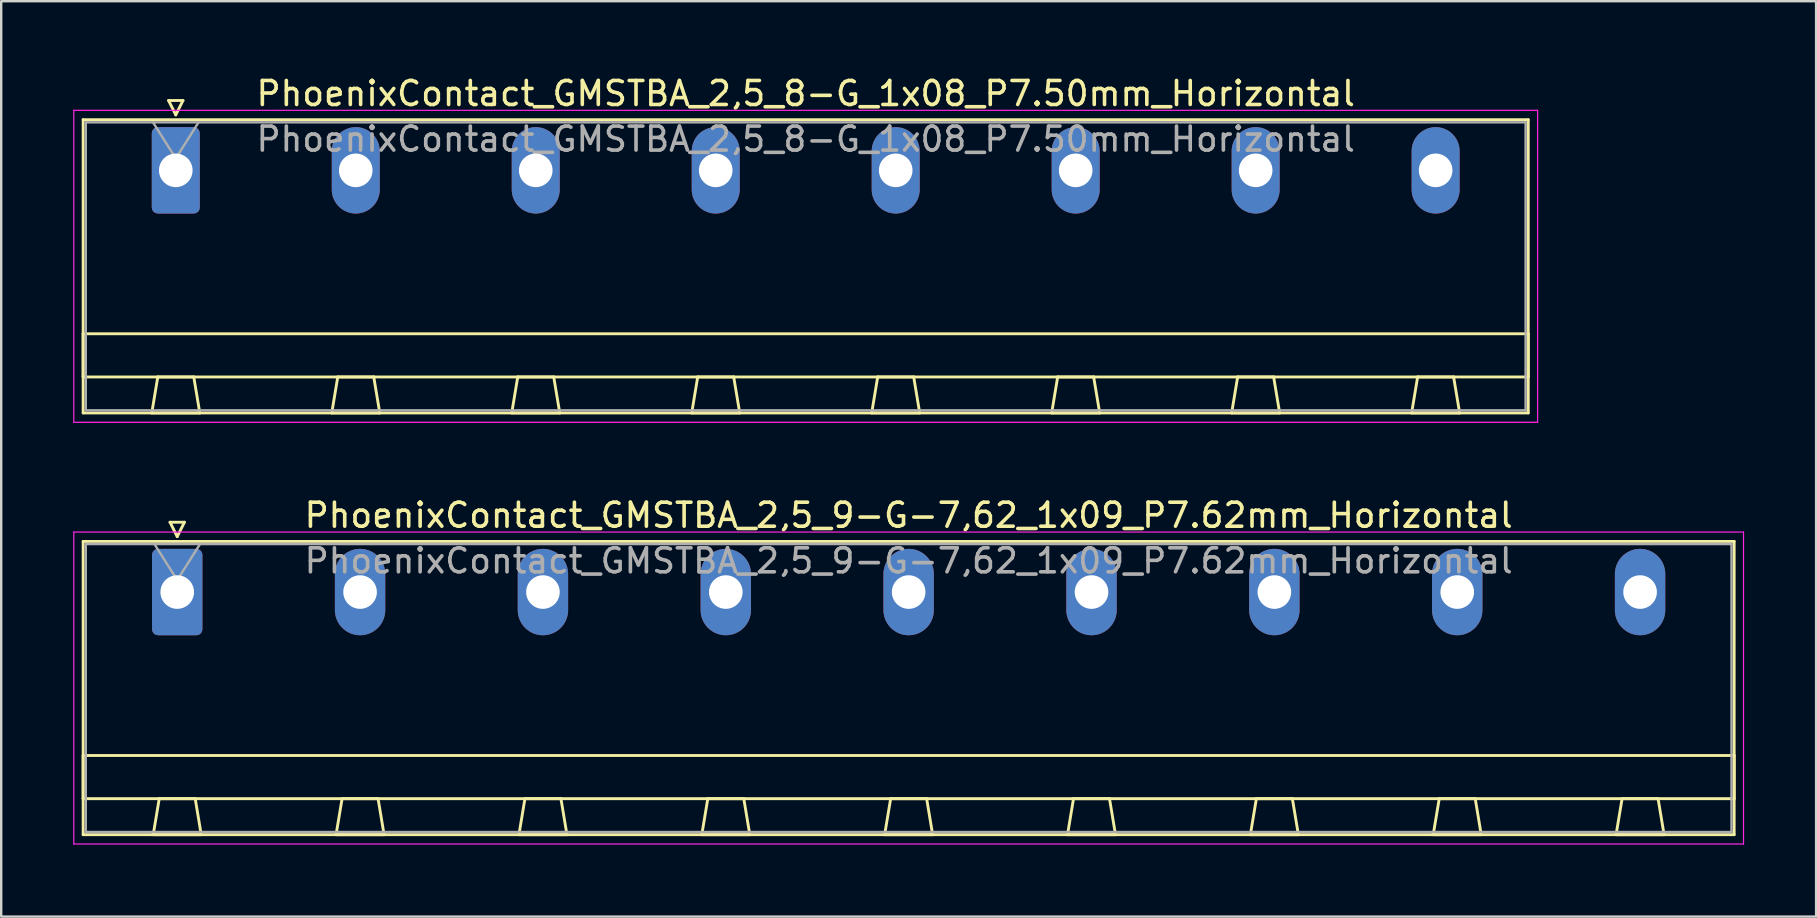
<source format=kicad_pcb>
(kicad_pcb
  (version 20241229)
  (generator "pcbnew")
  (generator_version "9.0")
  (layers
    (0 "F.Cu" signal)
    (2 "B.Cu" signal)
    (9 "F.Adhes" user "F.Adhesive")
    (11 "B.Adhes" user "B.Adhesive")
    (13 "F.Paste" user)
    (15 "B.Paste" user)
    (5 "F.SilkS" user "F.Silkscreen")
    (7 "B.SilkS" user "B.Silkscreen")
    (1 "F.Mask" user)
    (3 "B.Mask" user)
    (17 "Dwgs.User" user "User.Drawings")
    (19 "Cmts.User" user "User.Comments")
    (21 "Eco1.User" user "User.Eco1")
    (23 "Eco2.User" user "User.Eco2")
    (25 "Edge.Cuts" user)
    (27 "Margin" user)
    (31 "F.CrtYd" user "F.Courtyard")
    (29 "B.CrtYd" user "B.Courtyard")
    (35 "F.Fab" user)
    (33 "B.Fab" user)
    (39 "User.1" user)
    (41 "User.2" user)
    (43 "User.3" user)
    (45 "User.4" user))
  (footprint "PhoenixContact_GMSTBA_2,5_8-G_1x08_P7.50mm_Horizontal"
    (layer "F.Cu")
    (at 4.275 4.048)
    (property "Reference" "PhoenixContact_GMSTBA_2,5_8-G_1x08_P7.50mm_Horizontal" (at 26.25 -3.2 0) (layer "F.SilkS") (effects (font (size 1 1) (thickness 0.15))))
    (attr through_hole)
    (fp_line (start -3.86 -2.11) (end -3.86 10.11) (stroke (width 0.12) (type solid)) (layer "F.SilkS"))
    (fp_line (start -3.86 6.81) (end 56.36 6.81) (stroke (width 0.12) (type solid)) (layer "F.SilkS"))
    (fp_line (start -3.86 8.61) (end -3.86 6.81) (stroke (width 0.12) (type solid)) (layer "F.SilkS"))
    (fp_line (start -3.86 10.11) (end 56.36 10.11) (stroke (width 0.12) (type solid)) (layer "F.SilkS"))
    (fp_line (start -1 10.11) (end 1 10.11) (stroke (width 0.12) (type solid)) (layer "F.SilkS"))
    (fp_line (start -0.75 8.61) (end -1 10.11) (stroke (width 0.12) (type solid)) (layer "F.SilkS"))
    (fp_line (start -0.3 -2.91) (end 0.3 -2.91) (stroke (width 0.12) (type solid)) (layer "F.SilkS"))
    (fp_line (start 0 -2.31) (end -0.3 -2.91) (stroke (width 0.12) (type solid)) (layer "F.SilkS"))
    (fp_line (start 0.3 -2.91) (end 0 -2.31) (stroke (width 0.12) (type solid)) (layer "F.SilkS"))
    (fp_line (start 0.75 8.61) (end -0.75 8.61) (stroke (width 0.12) (type solid)) (layer "F.SilkS"))
    (fp_line (start 1 10.11) (end 0.75 8.61) (stroke (width 0.12) (type solid)) (layer "F.SilkS"))
    (fp_line (start 6.5 10.11) (end 8.5 10.11) (stroke (width 0.12) (type solid)) (layer "F.SilkS"))
    (fp_line (start 6.75 8.61) (end 6.5 10.11) (stroke (width 0.12) (type solid)) (layer "F.SilkS"))
    (fp_line (start 8.25 8.61) (end 6.75 8.61) (stroke (width 0.12) (type solid)) (layer "F.SilkS"))
    (fp_line (start 8.5 10.11) (end 8.25 8.61) (stroke (width 0.12) (type solid)) (layer "F.SilkS"))
    (fp_line (start 14 10.11) (end 16 10.11) (stroke (width 0.12) (type solid)) (layer "F.SilkS"))
    (fp_line (start 14.25 8.61) (end 14 10.11) (stroke (width 0.12) (type solid)) (layer "F.SilkS"))
    (fp_line (start 15.75 8.61) (end 14.25 8.61) (stroke (width 0.12) (type solid)) (layer "F.SilkS"))
    (fp_line (start 16 10.11) (end 15.75 8.61) (stroke (width 0.12) (type solid)) (layer "F.SilkS"))
    (fp_line (start 21.5 10.11) (end 23.5 10.11) (stroke (width 0.12) (type solid)) (layer "F.SilkS"))
    (fp_line (start 21.75 8.61) (end 21.5 10.11) (stroke (width 0.12) (type solid)) (layer "F.SilkS"))
    (fp_line (start 23.25 8.61) (end 21.75 8.61) (stroke (width 0.12) (type solid)) (layer "F.SilkS"))
    (fp_line (start 23.5 10.11) (end 23.25 8.61) (stroke (width 0.12) (type solid)) (layer "F.SilkS"))
    (fp_line (start 29 10.11) (end 31 10.11) (stroke (width 0.12) (type solid)) (layer "F.SilkS"))
    (fp_line (start 29.25 8.61) (end 29 10.11) (stroke (width 0.12) (type solid)) (layer "F.SilkS"))
    (fp_line (start 30.75 8.61) (end 29.25 8.61) (stroke (width 0.12) (type solid)) (layer "F.SilkS"))
    (fp_line (start 31 10.11) (end 30.75 8.61) (stroke (width 0.12) (type solid)) (layer "F.SilkS"))
    (fp_line (start 36.5 10.11) (end 38.5 10.11) (stroke (width 0.12) (type solid)) (layer "F.SilkS"))
    (fp_line (start 36.75 8.61) (end 36.5 10.11) (stroke (width 0.12) (type solid)) (layer "F.SilkS"))
    (fp_line (start 38.25 8.61) (end 36.75 8.61) (stroke (width 0.12) (type solid)) (layer "F.SilkS"))
    (fp_line (start 38.5 10.11) (end 38.25 8.61) (stroke (width 0.12) (type solid)) (layer "F.SilkS"))
    (fp_line (start 44 10.11) (end 46 10.11) (stroke (width 0.12) (type solid)) (layer "F.SilkS"))
    (fp_line (start 44.25 8.61) (end 44 10.11) (stroke (width 0.12) (type solid)) (layer "F.SilkS"))
    (fp_line (start 45.75 8.61) (end 44.25 8.61) (stroke (width 0.12) (type solid)) (layer "F.SilkS"))
    (fp_line (start 46 10.11) (end 45.75 8.61) (stroke (width 0.12) (type solid)) (layer "F.SilkS"))
    (fp_line (start 51.5 10.11) (end 53.5 10.11) (stroke (width 0.12) (type solid)) (layer "F.SilkS"))
    (fp_line (start 51.75 8.61) (end 51.5 10.11) (stroke (width 0.12) (type solid)) (layer "F.SilkS"))
    (fp_line (start 53.25 8.61) (end 51.75 8.61) (stroke (width 0.12) (type solid)) (layer "F.SilkS"))
    (fp_line (start 53.5 10.11) (end 53.25 8.61) (stroke (width 0.12) (type solid)) (layer "F.SilkS"))
    (fp_line (start 56.36 -2.11) (end -3.86 -2.11) (stroke (width 0.12) (type solid)) (layer "F.SilkS"))
    (fp_line (start 56.36 6.81) (end 56.36 8.61) (stroke (width 0.12) (type solid)) (layer "F.SilkS"))
    (fp_line (start 56.36 8.61) (end -3.86 8.61) (stroke (width 0.12) (type solid)) (layer "F.SilkS"))
    (fp_line (start 56.36 10.11) (end 56.36 -2.11) (stroke (width 0.12) (type solid)) (layer "F.SilkS"))
    (fp_line (start -4.25 -2.5) (end -4.25 10.5) (stroke (width 0.05) (type solid)) (layer "F.CrtYd"))
    (fp_line (start -4.25 10.5) (end 56.75 10.5) (stroke (width 0.05) (type solid)) (layer "F.CrtYd"))
    (fp_line (start 56.75 -2.5) (end -4.25 -2.5) (stroke (width 0.05) (type solid)) (layer "F.CrtYd"))
    (fp_line (start 56.75 10.5) (end 56.75 -2.5) (stroke (width 0.05) (type solid)) (layer "F.CrtYd"))
    (fp_line (start -3.75 -2) (end -3.75 10) (stroke (width 0.1) (type solid)) (layer "F.Fab"))
    (fp_line (start -3.75 10) (end 56.25 10) (stroke (width 0.1) (type solid)) (layer "F.Fab"))
    (fp_line (start 0 -0.5) (end -0.95 -2) (stroke (width 0.1) (type solid)) (layer "F.Fab"))
    (fp_line (start 0.95 -2) (end 0 -0.5) (stroke (width 0.1) (type solid)) (layer "F.Fab"))
    (fp_line (start 56.25 -2) (end -3.75 -2) (stroke (width 0.1) (type solid)) (layer "F.Fab"))
    (fp_line (start 56.25 10) (end 56.25 -2) (stroke (width 0.1) (type solid)) (layer "F.Fab"))
    (fp_text user "${REFERENCE}" (at 26.25 -1.3 0) (layer "F.Fab") (effects (font (size 1 1) (thickness 0.15))))
    (pad "1" thru_hole roundrect (at 0 0) (size 2 3.6) (drill 1.4) (layers "*.Cu" "*.Mask") (roundrect_rratio 0.125))
    (pad "2" thru_hole oval (at 7.5 0) (size 2 3.6) (drill 1.4) (layers "*.Cu" "*.Mask"))
    (pad "3" thru_hole oval (at 15 0) (size 2 3.6) (drill 1.4) (layers "*.Cu" "*.Mask"))
    (pad "4" thru_hole oval (at 22.5 0) (size 2 3.6) (drill 1.4) (layers "*.Cu" "*.Mask"))
    (pad "5" thru_hole oval (at 30 0) (size 2 3.6) (drill 1.4) (layers "*.Cu" "*.Mask"))
    (pad "6" thru_hole oval (at 37.5 0) (size 2 3.6) (drill 1.4) (layers "*.Cu" "*.Mask"))
    (pad "7" thru_hole oval (at 45 0) (size 2 3.6) (drill 1.4) (layers "*.Cu" "*.Mask"))
    (pad "8" thru_hole oval (at 52.5 0) (size 2 3.6) (drill 1.4) (layers "*.Cu" "*.Mask")))
  (footprint "PhoenixContact_GMSTBA_2,5_9-G-7,62_1x09_P7.62mm_Horizontal"
    (layer "F.Cu")
    (at 4.335 21.622)
    (property "Reference" "PhoenixContact_GMSTBA_2,5_9-G-7,62_1x09_P7.62mm_Horizontal" (at 30.48 -3.2 0) (layer "F.SilkS") (effects (font (size 1 1) (thickness 0.15))))
    (attr through_hole)
    (fp_line (start -3.92 -2.11) (end -3.92 10.11) (stroke (width 0.12) (type solid)) (layer "F.SilkS"))
    (fp_line (start -3.92 6.81) (end 64.88 6.81) (stroke (width 0.12) (type solid)) (layer "F.SilkS"))
    (fp_line (start -3.92 8.61) (end -3.92 6.81) (stroke (width 0.12) (type solid)) (layer "F.SilkS"))
    (fp_line (start -3.92 10.11) (end 64.88 10.11) (stroke (width 0.12) (type solid)) (layer "F.SilkS"))
    (fp_line (start -1 10.11) (end 1 10.11) (stroke (width 0.12) (type solid)) (layer "F.SilkS"))
    (fp_line (start -0.75 8.61) (end -1 10.11) (stroke (width 0.12) (type solid)) (layer "F.SilkS"))
    (fp_line (start -0.3 -2.91) (end 0.3 -2.91) (stroke (width 0.12) (type solid)) (layer "F.SilkS"))
    (fp_line (start 0 -2.31) (end -0.3 -2.91) (stroke (width 0.12) (type solid)) (layer "F.SilkS"))
    (fp_line (start 0.3 -2.91) (end 0 -2.31) (stroke (width 0.12) (type solid)) (layer "F.SilkS"))
    (fp_line (start 0.75 8.61) (end -0.75 8.61) (stroke (width 0.12) (type solid)) (layer "F.SilkS"))
    (fp_line (start 1 10.11) (end 0.75 8.61) (stroke (width 0.12) (type solid)) (layer "F.SilkS"))
    (fp_line (start 6.62 10.11) (end 8.62 10.11) (stroke (width 0.12) (type solid)) (layer "F.SilkS"))
    (fp_line (start 6.87 8.61) (end 6.62 10.11) (stroke (width 0.12) (type solid)) (layer "F.SilkS"))
    (fp_line (start 8.37 8.61) (end 6.87 8.61) (stroke (width 0.12) (type solid)) (layer "F.SilkS"))
    (fp_line (start 8.62 10.11) (end 8.37 8.61) (stroke (width 0.12) (type solid)) (layer "F.SilkS"))
    (fp_line (start 14.24 10.11) (end 16.24 10.11) (stroke (width 0.12) (type solid)) (layer "F.SilkS"))
    (fp_line (start 14.49 8.61) (end 14.24 10.11) (stroke (width 0.12) (type solid)) (layer "F.SilkS"))
    (fp_line (start 15.99 8.61) (end 14.49 8.61) (stroke (width 0.12) (type solid)) (layer "F.SilkS"))
    (fp_line (start 16.24 10.11) (end 15.99 8.61) (stroke (width 0.12) (type solid)) (layer "F.SilkS"))
    (fp_line (start 21.86 10.11) (end 23.86 10.11) (stroke (width 0.12) (type solid)) (layer "F.SilkS"))
    (fp_line (start 22.11 8.61) (end 21.86 10.11) (stroke (width 0.12) (type solid)) (layer "F.SilkS"))
    (fp_line (start 23.61 8.61) (end 22.11 8.61) (stroke (width 0.12) (type solid)) (layer "F.SilkS"))
    (fp_line (start 23.86 10.11) (end 23.61 8.61) (stroke (width 0.12) (type solid)) (layer "F.SilkS"))
    (fp_line (start 29.48 10.11) (end 31.48 10.11) (stroke (width 0.12) (type solid)) (layer "F.SilkS"))
    (fp_line (start 29.73 8.61) (end 29.48 10.11) (stroke (width 0.12) (type solid)) (layer "F.SilkS"))
    (fp_line (start 31.23 8.61) (end 29.73 8.61) (stroke (width 0.12) (type solid)) (layer "F.SilkS"))
    (fp_line (start 31.48 10.11) (end 31.23 8.61) (stroke (width 0.12) (type solid)) (layer "F.SilkS"))
    (fp_line (start 37.1 10.11) (end 39.1 10.11) (stroke (width 0.12) (type solid)) (layer "F.SilkS"))
    (fp_line (start 37.35 8.61) (end 37.1 10.11) (stroke (width 0.12) (type solid)) (layer "F.SilkS"))
    (fp_line (start 38.85 8.61) (end 37.35 8.61) (stroke (width 0.12) (type solid)) (layer "F.SilkS"))
    (fp_line (start 39.1 10.11) (end 38.85 8.61) (stroke (width 0.12) (type solid)) (layer "F.SilkS"))
    (fp_line (start 44.72 10.11) (end 46.72 10.11) (stroke (width 0.12) (type solid)) (layer "F.SilkS"))
    (fp_line (start 44.97 8.61) (end 44.72 10.11) (stroke (width 0.12) (type solid)) (layer "F.SilkS"))
    (fp_line (start 46.47 8.61) (end 44.97 8.61) (stroke (width 0.12) (type solid)) (layer "F.SilkS"))
    (fp_line (start 46.72 10.11) (end 46.47 8.61) (stroke (width 0.12) (type solid)) (layer "F.SilkS"))
    (fp_line (start 52.34 10.11) (end 54.34 10.11) (stroke (width 0.12) (type solid)) (layer "F.SilkS"))
    (fp_line (start 52.59 8.61) (end 52.34 10.11) (stroke (width 0.12) (type solid)) (layer "F.SilkS"))
    (fp_line (start 54.09 8.61) (end 52.59 8.61) (stroke (width 0.12) (type solid)) (layer "F.SilkS"))
    (fp_line (start 54.34 10.11) (end 54.09 8.61) (stroke (width 0.12) (type solid)) (layer "F.SilkS"))
    (fp_line (start 59.96 10.11) (end 61.96 10.11) (stroke (width 0.12) (type solid)) (layer "F.SilkS"))
    (fp_line (start 60.21 8.61) (end 59.96 10.11) (stroke (width 0.12) (type solid)) (layer "F.SilkS"))
    (fp_line (start 61.71 8.61) (end 60.21 8.61) (stroke (width 0.12) (type solid)) (layer "F.SilkS"))
    (fp_line (start 61.96 10.11) (end 61.71 8.61) (stroke (width 0.12) (type solid)) (layer "F.SilkS"))
    (fp_line (start 64.88 -2.11) (end -3.92 -2.11) (stroke (width 0.12) (type solid)) (layer "F.SilkS"))
    (fp_line (start 64.88 6.81) (end 64.88 8.61) (stroke (width 0.12) (type solid)) (layer "F.SilkS"))
    (fp_line (start 64.88 8.61) (end -3.92 8.61) (stroke (width 0.12) (type solid)) (layer "F.SilkS"))
    (fp_line (start 64.88 10.11) (end 64.88 -2.11) (stroke (width 0.12) (type solid)) (layer "F.SilkS"))
    (fp_line (start -4.31 -2.5) (end -4.31 10.5) (stroke (width 0.05) (type solid)) (layer "F.CrtYd"))
    (fp_line (start -4.31 10.5) (end 65.27 10.5) (stroke (width 0.05) (type solid)) (layer "F.CrtYd"))
    (fp_line (start 65.27 -2.5) (end -4.31 -2.5) (stroke (width 0.05) (type solid)) (layer "F.CrtYd"))
    (fp_line (start 65.27 10.5) (end 65.27 -2.5) (stroke (width 0.05) (type solid)) (layer "F.CrtYd"))
    (fp_line (start -3.81 -2) (end -3.81 10) (stroke (width 0.1) (type solid)) (layer "F.Fab"))
    (fp_line (start -3.81 10) (end 64.77 10) (stroke (width 0.1) (type solid)) (layer "F.Fab"))
    (fp_line (start 0 -0.5) (end -0.95 -2) (stroke (width 0.1) (type solid)) (layer "F.Fab"))
    (fp_line (start 0.95 -2) (end 0 -0.5) (stroke (width 0.1) (type solid)) (layer "F.Fab"))
    (fp_line (start 64.77 -2) (end -3.81 -2) (stroke (width 0.1) (type solid)) (layer "F.Fab"))
    (fp_line (start 64.77 10) (end 64.77 -2) (stroke (width 0.1) (type solid)) (layer "F.Fab"))
    (fp_text user "${REFERENCE}" (at 30.48 -1.3 0) (layer "F.Fab") (effects (font (size 1 1) (thickness 0.15))))
    (pad "1" thru_hole roundrect (at 0 0) (size 2.1 3.6) (drill 1.4) (layers "*.Cu" "*.Mask") (roundrect_rratio 0.119))
    (pad "2" thru_hole oval (at 7.62 0) (size 2.1 3.6) (drill 1.4) (layers "*.Cu" "*.Mask"))
    (pad "3" thru_hole oval (at 15.24 0) (size 2.1 3.6) (drill 1.4) (layers "*.Cu" "*.Mask"))
    (pad "4" thru_hole oval (at 22.86 0) (size 2.1 3.6) (drill 1.4) (layers "*.Cu" "*.Mask"))
    (pad "5" thru_hole oval (at 30.48 0) (size 2.1 3.6) (drill 1.4) (layers "*.Cu" "*.Mask"))
    (pad "6" thru_hole oval (at 38.1 0) (size 2.1 3.6) (drill 1.4) (layers "*.Cu" "*.Mask"))
    (pad "7" thru_hole oval (at 45.72 0) (size 2.1 3.6) (drill 1.4) (layers "*.Cu" "*.Mask"))
    (pad "8" thru_hole oval (at 53.34 0) (size 2.1 3.6) (drill 1.4) (layers "*.Cu" "*.Mask"))
    (pad "9" thru_hole oval (at 60.96 0) (size 2.1 3.6) (drill 1.4) (layers "*.Cu" "*.Mask")))
  (gr_rect
    (start -3 -3)
    (end 72.63 35.147)
    (stroke (width 0.1) (type default))
    (fill no)
    (layer "Edge.Cuts")))
</source>
